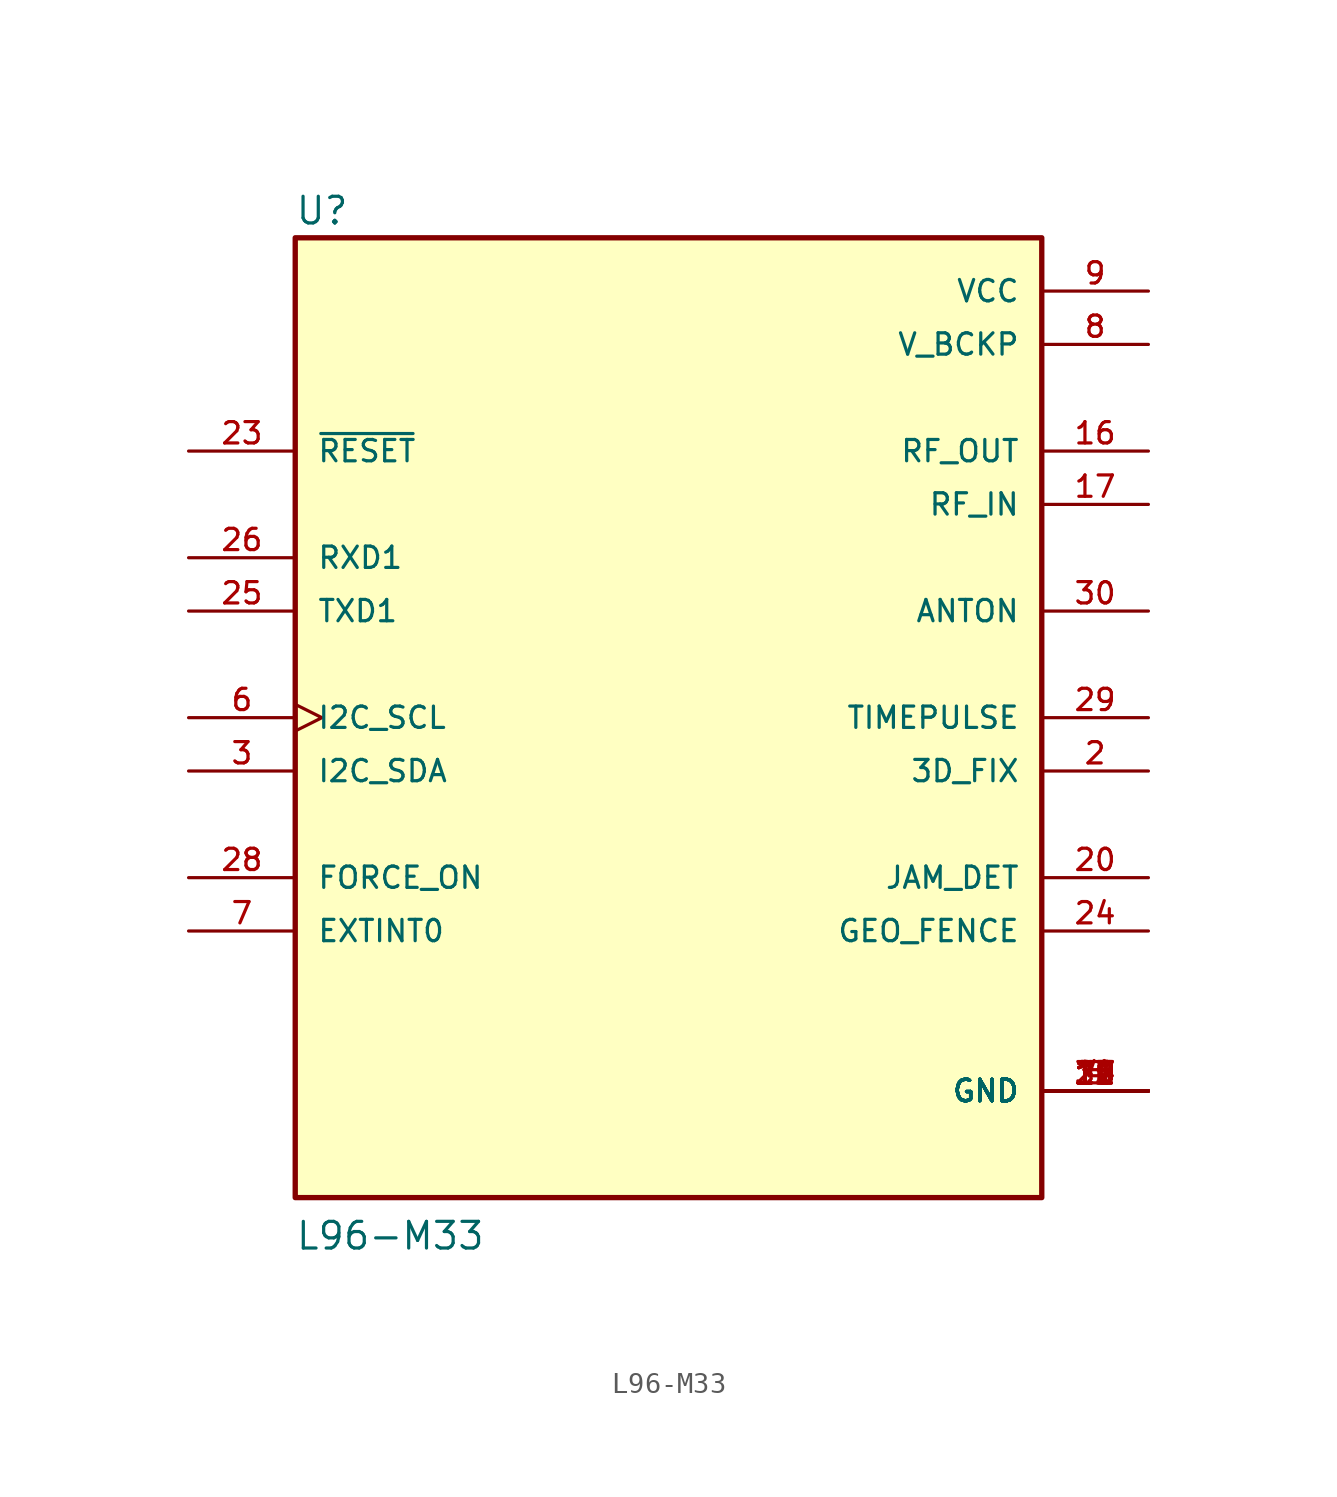
<source format=kicad_sym>
(kicad_symbol_lib
  (version 20211014)
  (generator kicad_symbol_editor)
  (symbol "L96-M33"
    (pin_names
      (offset 1.016))
    (property "Reference" "U"
      (at -17.81 23.404 0)
      (effects (font (size 1.27 1.27)) (justify bottom left)))
    (property "Value" "L96-M33"
      (at -17.797 -25.425 0)
      (effects (font (size 1.27 1.27)) (justify bottom left)))
    (symbol "L96-M33_0_0"
      (rectangle (start -17.78 -22.86) (end 17.78 22.86) (stroke (width 0.254)) (fill (type background)))
      (pin power_in line (at 22.86 17.78 180.0) (length 5.08) (name "V_BCKP" (effects (font (size 1.016 1.016)))) (number "8" (effects (font (size 1.016 1.016)))))
      (pin power_in line (at 22.86 20.32 180.0) (length 5.08) (name "VCC" (effects (font (size 1.016 1.016)))) (number "9" (effects (font (size 1.016 1.016)))))
      (pin input line (at -22.86 12.7 0) (length 5.08) (name "~{RESET}" (effects (font (size 1.016 1.016)))) (number "23" (effects (font (size 1.016 1.016)))))
      (pin output line (at -22.86 5.08 0) (length 5.08) (name "TXD1" (effects (font (size 1.016 1.016)))) (number "25" (effects (font (size 1.016 1.016)))))
      (pin input line (at -22.86 7.62 0) (length 5.08) (name "RXD1" (effects (font (size 1.016 1.016)))) (number "26" (effects (font (size 1.016 1.016)))))
      (pin output line (at 22.86 12.7 180.0) (length 5.08) (name "RF_OUT" (effects (font (size 1.016 1.016)))) (number "16" (effects (font (size 1.016 1.016)))))
      (pin input line (at 22.86 10.16 180.0) (length 5.08) (name "RF_IN" (effects (font (size 1.016 1.016)))) (number "17" (effects (font (size 1.016 1.016)))))
      (pin output line (at 22.86 5.08 180.0) (length 5.08) (name "ANTON" (effects (font (size 1.016 1.016)))) (number "30" (effects (font (size 1.016 1.016)))))
      (pin input line (at -22.86 -10.16 0) (length 5.08) (name "EXTINT0" (effects (font (size 1.016 1.016)))) (number "7" (effects (font (size 1.016 1.016)))))
      (pin output line (at 22.86 0.0 180.0) (length 5.08) (name "TIMEPULSE" (effects (font (size 1.016 1.016)))) (number "29" (effects (font (size 1.016 1.016)))))
      (pin input line (at -22.86 -7.62 0) (length 5.08) (name "FORCE_ON" (effects (font (size 1.016 1.016)))) (number "28" (effects (font (size 1.016 1.016)))))
      (pin bidirectional line (at -22.86 -2.54 0) (length 5.08) (name "I2C_SDA" (effects (font (size 1.016 1.016)))) (number "3" (effects (font (size 1.016 1.016)))))
      (pin bidirectional clock (at -22.86 0.0 0) (length 5.08) (name "I2C_SCL" (effects (font (size 1.016 1.016)))) (number "6" (effects (font (size 1.016 1.016)))))
      (pin output line (at 22.86 -2.54 180.0) (length 5.08) (name "3D_FIX" (effects (font (size 1.016 1.016)))) (number "2" (effects (font (size 1.016 1.016)))))
      (pin output line (at 22.86 -7.62 180.0) (length 5.08) (name "JAM_DET" (effects (font (size 1.016 1.016)))) (number "20" (effects (font (size 1.016 1.016)))))
      (pin output line (at 22.86 -10.16 180.0) (length 5.08) (name "GEO_FENCE" (effects (font (size 1.016 1.016)))) (number "24" (effects (font (size 1.016 1.016)))))
      (pin power_in line (at 22.86 -17.78 180.0) (length 5.08) (name "GND" (effects (font (size 1.016 1.016)))) (number "4" (effects (font (size 1.016 1.016)))))
      (pin power_in line (at 22.86 -17.78 180.0) (length 5.08) (name "GND" (effects (font (size 1.016 1.016)))) (number "5" (effects (font (size 1.016 1.016)))))
      (pin power_in line (at 22.86 -17.78 180.0) (length 5.08) (name "GND" (effects (font (size 1.016 1.016)))) (number "10" (effects (font (size 1.016 1.016)))))
      (pin power_in line (at 22.86 -17.78 180.0) (length 5.08) (name "GND" (effects (font (size 1.016 1.016)))) (number "11" (effects (font (size 1.016 1.016)))))
      (pin power_in line (at 22.86 -17.78 180.0) (length 5.08) (name "GND" (effects (font (size 1.016 1.016)))) (number "12" (effects (font (size 1.016 1.016)))))
      (pin power_in line (at 22.86 -17.78 180.0) (length 5.08) (name "GND" (effects (font (size 1.016 1.016)))) (number "13" (effects (font (size 1.016 1.016)))))
      (pin power_in line (at 22.86 -17.78 180.0) (length 5.08) (name "GND" (effects (font (size 1.016 1.016)))) (number "14" (effects (font (size 1.016 1.016)))))
      (pin power_in line (at 22.86 -17.78 180.0) (length 5.08) (name "GND" (effects (font (size 1.016 1.016)))) (number "15" (effects (font (size 1.016 1.016)))))
      (pin power_in line (at 22.86 -17.78 180.0) (length 5.08) (name "GND" (effects (font (size 1.016 1.016)))) (number "18" (effects (font (size 1.016 1.016)))))
      (pin power_in line (at 22.86 -17.78 180.0) (length 5.08) (name "GND" (effects (font (size 1.016 1.016)))) (number "19" (effects (font (size 1.016 1.016)))))
      (pin power_in line (at 22.86 -17.78 180.0) (length 5.08) (name "GND" (effects (font (size 1.016 1.016)))) (number "21" (effects (font (size 1.016 1.016)))))
      (pin power_in line (at 22.86 -17.78 180.0) (length 5.08) (name "GND" (effects (font (size 1.016 1.016)))) (number "22" (effects (font (size 1.016 1.016)))))
      (pin power_in line (at 22.86 -17.78 180.0) (length 5.08) (name "GND" (effects (font (size 1.016 1.016)))) (number "27" (effects (font (size 1.016 1.016)))))
      (pin power_in line (at 22.86 -17.78 180.0) (length 5.08) (name "GND" (effects (font (size 1.016 1.016)))) (number "31" (effects (font (size 1.016 1.016))))))))
</source>
